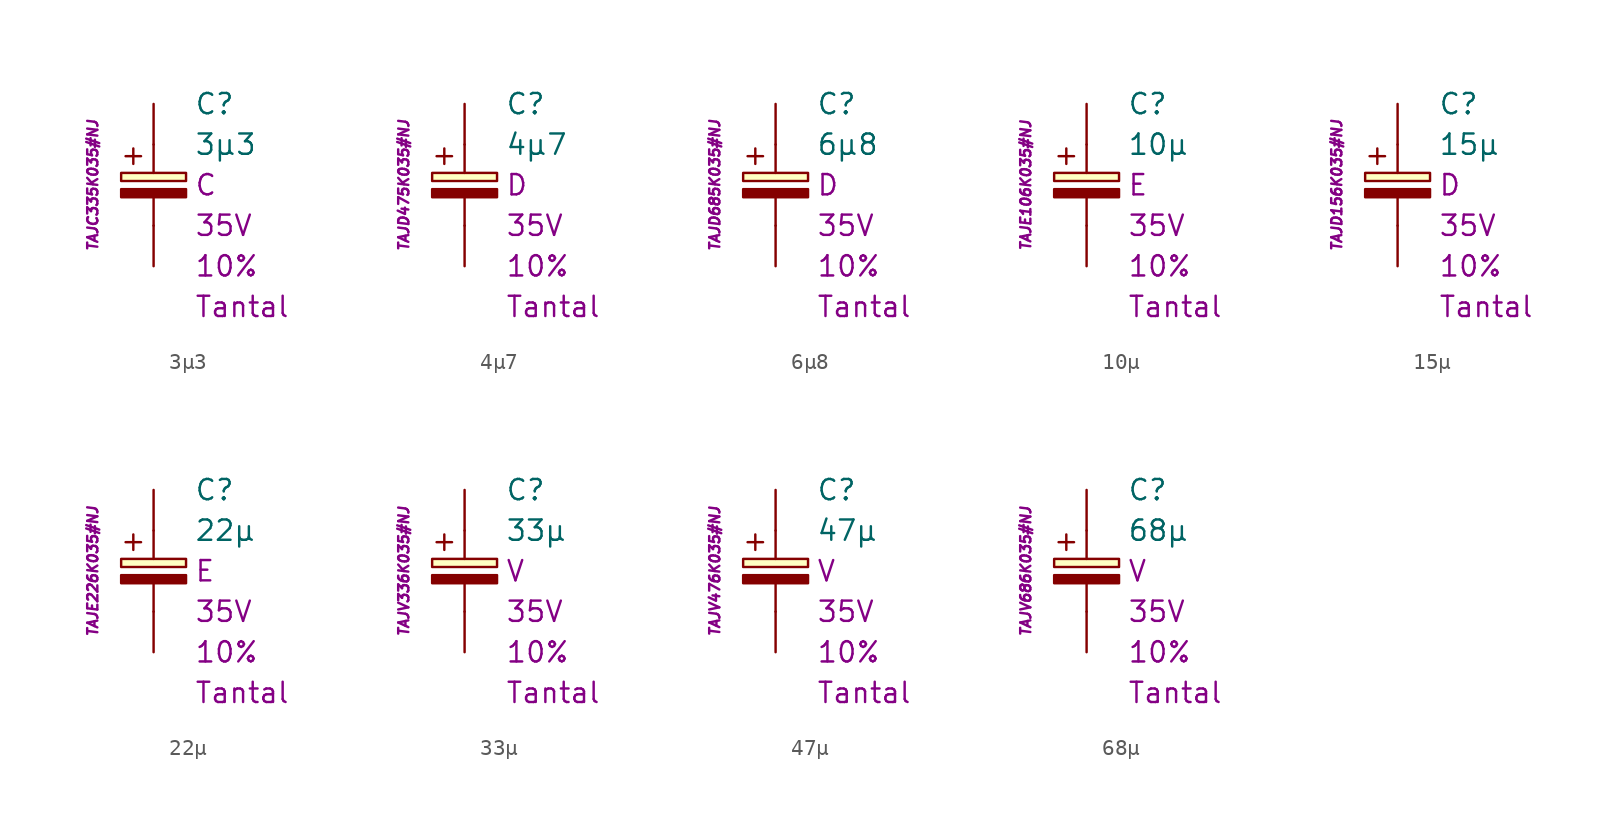
<source format=kicad_sym>
(kicad_symbol_lib
  (version 20231120)
  (generator "kicad_symbol_editor")
  (generator_version "8.0")
  (symbol "3µ3"
    (pin_numbers hide)
    (pin_names
      (offset 1.016) hide)
    (property "Reference" "C"
      (at 2.54 5.08 0)
      (effects (font (size 1.27 1.27)) (justify left)))
    (property "Value" "3µ3"
      (at 2.54 2.54 0)
      (effects (font (size 1.27 1.27)) (justify left)))
    (property "Package" "C"
      (at 2.54 0 0)
      (effects (font (size 1.27 1.27)) (justify left)))
    (property "Voltage" "35V"
      (at 2.54 -2.54 0)
      (effects (font (size 1.27 1.27)) (justify left)))
    (property "Tolerance" "10%"
      (at 2.54 -5.08 0)
      (effects (font (size 1.27 1.27)) (justify left)))
    (property "Dielectric" "Tantal"
      (at 2.54 -7.62 0)
      (effects (font (size 1.27 1.27)) (justify left)))
    (property "MPN" "TAJC335K035#NJ"
      (at -3.81 0 90)
      (effects (font (size 0.635 0.635) (italic yes))))
    (symbol "3µ3_0_0"
      (text "+" (at -1.27 1.905 0) (effects (font (size 1.27 1.27)))))
    (symbol "3µ3_0_1"
      (rectangle (start -2.032 -0.254) (end 2.032 -0.762) (stroke (width 0.152) (type default)) (fill (type outline)))
      (rectangle (start -2.032 0.254) (end 2.032 0.762) (stroke (width 0.152) (type default)) (fill (type background)))
      (polyline (pts (xy 0 -2.54) (xy 0 -0.762)) (stroke (width 0.152) (type default)) (fill (type none)))
      (polyline (pts (xy 0 0.762) (xy 0 2.54)) (stroke (width 0.152) (type default)) (fill (type none))))
    (symbol "3µ3_1_1"
      (pin passive line (at 0 5.08 270) (length 2.54) (name "~" (effects (font (size 1.778 1.778)))) (number "1" (effects (font (size 1.778 1.778)))))
      (pin passive line (at 0 -5.08 90) (length 2.54) (name "~" (effects (font (size 1.778 1.778)))) (number "2" (effects (font (size 1.778 1.778)))))))
  (symbol "4µ7"
    (pin_numbers hide)
    (pin_names
      (offset 1.016) hide)
    (property "Reference" "C"
      (at 2.54 5.08 0)
      (effects (font (size 1.27 1.27)) (justify left)))
    (property "Value" "4µ7"
      (at 2.54 2.54 0)
      (effects (font (size 1.27 1.27)) (justify left)))
    (property "Package" "D"
      (at 2.54 0 0)
      (effects (font (size 1.27 1.27)) (justify left)))
    (property "Voltage" "35V"
      (at 2.54 -2.54 0)
      (effects (font (size 1.27 1.27)) (justify left)))
    (property "Tolerance" "10%"
      (at 2.54 -5.08 0)
      (effects (font (size 1.27 1.27)) (justify left)))
    (property "Dielectric" "Tantal"
      (at 2.54 -7.62 0)
      (effects (font (size 1.27 1.27)) (justify left)))
    (property "MPN" "TAJD475K035#NJ"
      (at -3.81 0 90)
      (effects (font (size 0.635 0.635) (italic yes))))
    (symbol "4µ7_0_0"
      (text "+" (at -1.27 1.905 0) (effects (font (size 1.27 1.27)))))
    (symbol "4µ7_0_1"
      (rectangle (start -2.032 -0.254) (end 2.032 -0.762) (stroke (width 0.152) (type default)) (fill (type outline)))
      (rectangle (start -2.032 0.254) (end 2.032 0.762) (stroke (width 0.152) (type default)) (fill (type background)))
      (polyline (pts (xy 0 -2.54) (xy 0 -0.762)) (stroke (width 0.152) (type default)) (fill (type none)))
      (polyline (pts (xy 0 0.762) (xy 0 2.54)) (stroke (width 0.152) (type default)) (fill (type none))))
    (symbol "4µ7_1_1"
      (pin passive line (at 0 5.08 270) (length 2.54) (name "~" (effects (font (size 1.778 1.778)))) (number "1" (effects (font (size 1.778 1.778)))))
      (pin passive line (at 0 -5.08 90) (length 2.54) (name "~" (effects (font (size 1.778 1.778)))) (number "2" (effects (font (size 1.778 1.778)))))))
  (symbol "6µ8"
    (pin_numbers hide)
    (pin_names
      (offset 1.016) hide)
    (property "Reference" "C"
      (at 2.54 5.08 0)
      (effects (font (size 1.27 1.27)) (justify left)))
    (property "Value" "6µ8"
      (at 2.54 2.54 0)
      (effects (font (size 1.27 1.27)) (justify left)))
    (property "Package" "D"
      (at 2.54 0 0)
      (effects (font (size 1.27 1.27)) (justify left)))
    (property "Voltage" "35V"
      (at 2.54 -2.54 0)
      (effects (font (size 1.27 1.27)) (justify left)))
    (property "Tolerance" "10%"
      (at 2.54 -5.08 0)
      (effects (font (size 1.27 1.27)) (justify left)))
    (property "Dielectric" "Tantal"
      (at 2.54 -7.62 0)
      (effects (font (size 1.27 1.27)) (justify left)))
    (property "MPN" "TAJD685K035#NJ"
      (at -3.81 0 90)
      (effects (font (size 0.635 0.635) (italic yes))))
    (symbol "6µ8_0_0"
      (text "+" (at -1.27 1.905 0) (effects (font (size 1.27 1.27)))))
    (symbol "6µ8_0_1"
      (rectangle (start -2.032 -0.254) (end 2.032 -0.762) (stroke (width 0.152) (type default)) (fill (type outline)))
      (rectangle (start -2.032 0.254) (end 2.032 0.762) (stroke (width 0.152) (type default)) (fill (type background)))
      (polyline (pts (xy 0 -2.54) (xy 0 -0.762)) (stroke (width 0.152) (type default)) (fill (type none)))
      (polyline (pts (xy 0 0.762) (xy 0 2.54)) (stroke (width 0.152) (type default)) (fill (type none))))
    (symbol "6µ8_1_1"
      (pin passive line (at 0 5.08 270) (length 2.54) (name "~" (effects (font (size 1.778 1.778)))) (number "1" (effects (font (size 1.778 1.778)))))
      (pin passive line (at 0 -5.08 90) (length 2.54) (name "~" (effects (font (size 1.778 1.778)))) (number "2" (effects (font (size 1.778 1.778)))))))
  (symbol "10µ"
    (pin_numbers hide)
    (pin_names
      (offset 1.016) hide)
    (property "Reference" "C"
      (at 2.54 5.08 0)
      (effects (font (size 1.27 1.27)) (justify left)))
    (property "Value" "10µ"
      (at 2.54 2.54 0)
      (effects (font (size 1.27 1.27)) (justify left)))
    (property "Package" "E"
      (at 2.54 0 0)
      (effects (font (size 1.27 1.27)) (justify left)))
    (property "Voltage" "35V"
      (at 2.54 -2.54 0)
      (effects (font (size 1.27 1.27)) (justify left)))
    (property "Tolerance" "10%"
      (at 2.54 -5.08 0)
      (effects (font (size 1.27 1.27)) (justify left)))
    (property "Dielectric" "Tantal"
      (at 2.54 -7.62 0)
      (effects (font (size 1.27 1.27)) (justify left)))
    (property "MPN" "TAJE106K035#NJ"
      (at -3.81 0 90)
      (effects (font (size 0.635 0.635) (italic yes))))
    (symbol "10µ_0_0"
      (text "+" (at -1.27 1.905 0) (effects (font (size 1.27 1.27)))))
    (symbol "10µ_0_1"
      (rectangle (start -2.032 -0.254) (end 2.032 -0.762) (stroke (width 0.152) (type default)) (fill (type outline)))
      (rectangle (start -2.032 0.254) (end 2.032 0.762) (stroke (width 0.152) (type default)) (fill (type background)))
      (polyline (pts (xy 0 -2.54) (xy 0 -0.762)) (stroke (width 0.152) (type default)) (fill (type none)))
      (polyline (pts (xy 0 0.762) (xy 0 2.54)) (stroke (width 0.152) (type default)) (fill (type none))))
    (symbol "10µ_1_1"
      (pin passive line (at 0 5.08 270) (length 2.54) (name "~" (effects (font (size 1.778 1.778)))) (number "1" (effects (font (size 1.778 1.778)))))
      (pin passive line (at 0 -5.08 90) (length 2.54) (name "~" (effects (font (size 1.778 1.778)))) (number "2" (effects (font (size 1.778 1.778)))))))
  (symbol "15µ"
    (pin_numbers hide)
    (pin_names
      (offset 1.016) hide)
    (property "Reference" "C"
      (at 2.54 5.08 0)
      (effects (font (size 1.27 1.27)) (justify left)))
    (property "Value" "15µ"
      (at 2.54 2.54 0)
      (effects (font (size 1.27 1.27)) (justify left)))
    (property "Package" "D"
      (at 2.54 0 0)
      (effects (font (size 1.27 1.27)) (justify left)))
    (property "Voltage" "35V"
      (at 2.54 -2.54 0)
      (effects (font (size 1.27 1.27)) (justify left)))
    (property "Tolerance" "10%"
      (at 2.54 -5.08 0)
      (effects (font (size 1.27 1.27)) (justify left)))
    (property "Dielectric" "Tantal"
      (at 2.54 -7.62 0)
      (effects (font (size 1.27 1.27)) (justify left)))
    (property "MPN" "TAJD156K035#NJ"
      (at -3.81 0 90)
      (effects (font (size 0.635 0.635) (italic yes))))
    (symbol "15µ_0_0"
      (text "+" (at -1.27 1.905 0) (effects (font (size 1.27 1.27)))))
    (symbol "15µ_0_1"
      (rectangle (start -2.032 -0.254) (end 2.032 -0.762) (stroke (width 0.152) (type default)) (fill (type outline)))
      (rectangle (start -2.032 0.254) (end 2.032 0.762) (stroke (width 0.152) (type default)) (fill (type background)))
      (polyline (pts (xy 0 -2.54) (xy 0 -0.762)) (stroke (width 0.152) (type default)) (fill (type none)))
      (polyline (pts (xy 0 0.762) (xy 0 2.54)) (stroke (width 0.152) (type default)) (fill (type none))))
    (symbol "15µ_1_1"
      (pin passive line (at 0 5.08 270) (length 2.54) (name "~" (effects (font (size 1.778 1.778)))) (number "1" (effects (font (size 1.778 1.778)))))
      (pin passive line (at 0 -5.08 90) (length 2.54) (name "~" (effects (font (size 1.778 1.778)))) (number "2" (effects (font (size 1.778 1.778)))))))
  (symbol "22µ"
    (pin_numbers hide)
    (pin_names
      (offset 1.016) hide)
    (property "Reference" "C"
      (at 2.54 5.08 0)
      (effects (font (size 1.27 1.27)) (justify left)))
    (property "Value" "22µ"
      (at 2.54 2.54 0)
      (effects (font (size 1.27 1.27)) (justify left)))
    (property "Package" "E"
      (at 2.54 0 0)
      (effects (font (size 1.27 1.27)) (justify left)))
    (property "Voltage" "35V"
      (at 2.54 -2.54 0)
      (effects (font (size 1.27 1.27)) (justify left)))
    (property "Tolerance" "10%"
      (at 2.54 -5.08 0)
      (effects (font (size 1.27 1.27)) (justify left)))
    (property "Dielectric" "Tantal"
      (at 2.54 -7.62 0)
      (effects (font (size 1.27 1.27)) (justify left)))
    (property "MPN" "TAJE226K035#NJ"
      (at -3.81 0 90)
      (effects (font (size 0.635 0.635) (italic yes))))
    (symbol "22µ_0_0"
      (text "+" (at -1.27 1.905 0) (effects (font (size 1.27 1.27)))))
    (symbol "22µ_0_1"
      (rectangle (start -2.032 -0.254) (end 2.032 -0.762) (stroke (width 0.152) (type default)) (fill (type outline)))
      (rectangle (start -2.032 0.254) (end 2.032 0.762) (stroke (width 0.152) (type default)) (fill (type background)))
      (polyline (pts (xy 0 -2.54) (xy 0 -0.762)) (stroke (width 0.152) (type default)) (fill (type none)))
      (polyline (pts (xy 0 0.762) (xy 0 2.54)) (stroke (width 0.152) (type default)) (fill (type none))))
    (symbol "22µ_1_1"
      (pin passive line (at 0 5.08 270) (length 2.54) (name "~" (effects (font (size 1.778 1.778)))) (number "1" (effects (font (size 1.778 1.778)))))
      (pin passive line (at 0 -5.08 90) (length 2.54) (name "~" (effects (font (size 1.778 1.778)))) (number "2" (effects (font (size 1.778 1.778)))))))
  (symbol "33µ"
    (pin_numbers hide)
    (pin_names
      (offset 1.016) hide)
    (property "Reference" "C"
      (at 2.54 5.08 0)
      (effects (font (size 1.27 1.27)) (justify left)))
    (property "Value" "33µ"
      (at 2.54 2.54 0)
      (effects (font (size 1.27 1.27)) (justify left)))
    (property "Package" "V"
      (at 2.54 0 0)
      (effects (font (size 1.27 1.27)) (justify left)))
    (property "Voltage" "35V"
      (at 2.54 -2.54 0)
      (effects (font (size 1.27 1.27)) (justify left)))
    (property "Tolerance" "10%"
      (at 2.54 -5.08 0)
      (effects (font (size 1.27 1.27)) (justify left)))
    (property "Dielectric" "Tantal"
      (at 2.54 -7.62 0)
      (effects (font (size 1.27 1.27)) (justify left)))
    (property "MPN" "TAJV336K035#NJ"
      (at -3.81 0 90)
      (effects (font (size 0.635 0.635) (italic yes))))
    (symbol "33µ_0_0"
      (text "+" (at -1.27 1.905 0) (effects (font (size 1.27 1.27)))))
    (symbol "33µ_0_1"
      (rectangle (start -2.032 -0.254) (end 2.032 -0.762) (stroke (width 0.152) (type default)) (fill (type outline)))
      (rectangle (start -2.032 0.254) (end 2.032 0.762) (stroke (width 0.152) (type default)) (fill (type background)))
      (polyline (pts (xy 0 -2.54) (xy 0 -0.762)) (stroke (width 0.152) (type default)) (fill (type none)))
      (polyline (pts (xy 0 0.762) (xy 0 2.54)) (stroke (width 0.152) (type default)) (fill (type none))))
    (symbol "33µ_1_1"
      (pin passive line (at 0 5.08 270) (length 2.54) (name "~" (effects (font (size 1.778 1.778)))) (number "1" (effects (font (size 1.778 1.778)))))
      (pin passive line (at 0 -5.08 90) (length 2.54) (name "~" (effects (font (size 1.778 1.778)))) (number "2" (effects (font (size 1.778 1.778)))))))
  (symbol "47µ"
    (pin_numbers hide)
    (pin_names
      (offset 1.016) hide)
    (property "Reference" "C"
      (at 2.54 5.08 0)
      (effects (font (size 1.27 1.27)) (justify left)))
    (property "Value" "47µ"
      (at 2.54 2.54 0)
      (effects (font (size 1.27 1.27)) (justify left)))
    (property "Package" "V"
      (at 2.54 0 0)
      (effects (font (size 1.27 1.27)) (justify left)))
    (property "Voltage" "35V"
      (at 2.54 -2.54 0)
      (effects (font (size 1.27 1.27)) (justify left)))
    (property "Tolerance" "10%"
      (at 2.54 -5.08 0)
      (effects (font (size 1.27 1.27)) (justify left)))
    (property "Dielectric" "Tantal"
      (at 2.54 -7.62 0)
      (effects (font (size 1.27 1.27)) (justify left)))
    (property "MPN" "TAJV476K035#NJ"
      (at -3.81 0 90)
      (effects (font (size 0.635 0.635) (italic yes))))
    (symbol "47µ_0_0"
      (text "+" (at -1.27 1.905 0) (effects (font (size 1.27 1.27)))))
    (symbol "47µ_0_1"
      (rectangle (start -2.032 -0.254) (end 2.032 -0.762) (stroke (width 0.152) (type default)) (fill (type outline)))
      (rectangle (start -2.032 0.254) (end 2.032 0.762) (stroke (width 0.152) (type default)) (fill (type background)))
      (polyline (pts (xy 0 -2.54) (xy 0 -0.762)) (stroke (width 0.152) (type default)) (fill (type none)))
      (polyline (pts (xy 0 0.762) (xy 0 2.54)) (stroke (width 0.152) (type default)) (fill (type none))))
    (symbol "47µ_1_1"
      (pin passive line (at 0 5.08 270) (length 2.54) (name "~" (effects (font (size 1.778 1.778)))) (number "1" (effects (font (size 1.778 1.778)))))
      (pin passive line (at 0 -5.08 90) (length 2.54) (name "~" (effects (font (size 1.778 1.778)))) (number "2" (effects (font (size 1.778 1.778)))))))
  (symbol "68µ"
    (pin_numbers hide)
    (pin_names
      (offset 1.016) hide)
    (property "Reference" "C"
      (at 2.54 5.08 0)
      (effects (font (size 1.27 1.27)) (justify left)))
    (property "Value" "68µ"
      (at 2.54 2.54 0)
      (effects (font (size 1.27 1.27)) (justify left)))
    (property "Package" "V"
      (at 2.54 0 0)
      (effects (font (size 1.27 1.27)) (justify left)))
    (property "Voltage" "35V"
      (at 2.54 -2.54 0)
      (effects (font (size 1.27 1.27)) (justify left)))
    (property "Tolerance" "10%"
      (at 2.54 -5.08 0)
      (effects (font (size 1.27 1.27)) (justify left)))
    (property "Dielectric" "Tantal"
      (at 2.54 -7.62 0)
      (effects (font (size 1.27 1.27)) (justify left)))
    (property "MPN" "TAJV686K035#NJ"
      (at -3.81 0 90)
      (effects (font (size 0.635 0.635) (italic yes))))
    (symbol "68µ_0_0"
      (text "+" (at -1.27 1.905 0) (effects (font (size 1.27 1.27)))))
    (symbol "68µ_0_1"
      (rectangle (start -2.032 -0.254) (end 2.032 -0.762) (stroke (width 0.152) (type default)) (fill (type outline)))
      (rectangle (start -2.032 0.254) (end 2.032 0.762) (stroke (width 0.152) (type default)) (fill (type background)))
      (polyline (pts (xy 0 -2.54) (xy 0 -0.762)) (stroke (width 0.152) (type default)) (fill (type none)))
      (polyline (pts (xy 0 0.762) (xy 0 2.54)) (stroke (width 0.152) (type default)) (fill (type none))))
    (symbol "68µ_1_1"
      (pin passive line (at 0 5.08 270) (length 2.54) (name "~" (effects (font (size 1.778 1.778)))) (number "1" (effects (font (size 1.778 1.778)))))
      (pin passive line (at 0 -5.08 90) (length 2.54) (name "~" (effects (font (size 1.778 1.778)))) (number "2" (effects (font (size 1.778 1.778))))))))
</source>
